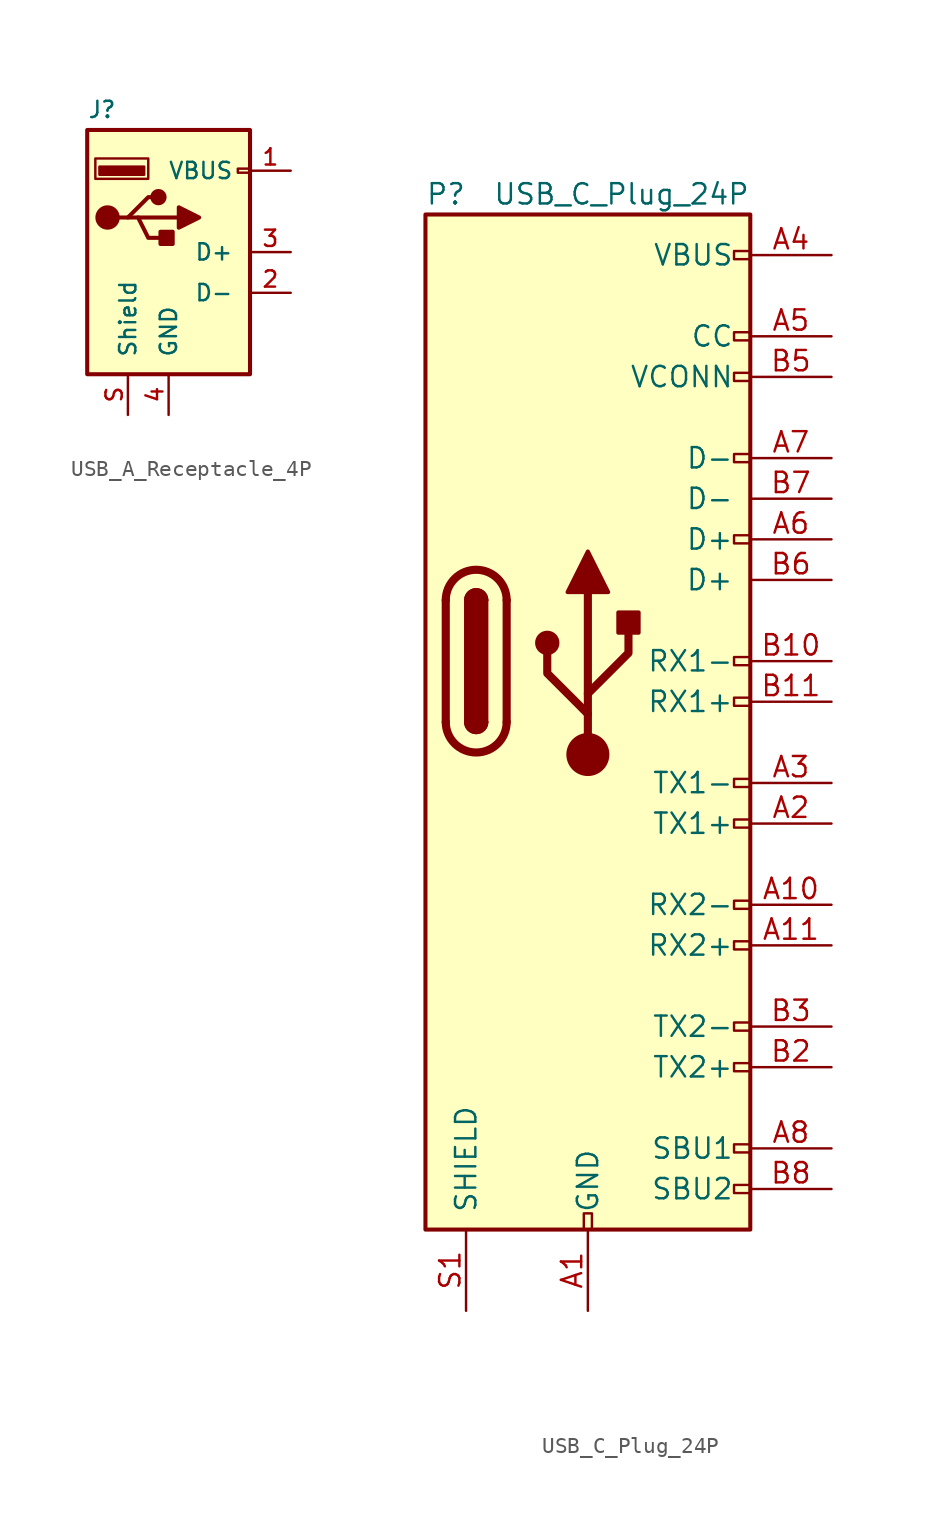
<source format=kicad_sym>
(kicad_symbol_lib
  (version 20211014)
  (generator kicad_symbol_editor)
  (symbol "USB_A_Receptacle_4P"
    (pin_names
      (offset 1.016))
    (property "Reference" "J"
      (at -5.08 8.89 0)
      (effects (font (size 1.016 1.016)) (justify left)))
    (symbol "USB_A_Receptacle_4P_0_1"
      (rectangle (start -5.08 -7.62) (end 5.08 7.62) (stroke (width 0.254) (type default) (color 0 0 0 0)) (fill (type background)))
      (circle (center -3.81 2.159) (radius 0.635) (stroke (width 0.254) (type default) (color 0 0 0 0)) (fill (type outline)))
      (rectangle (start -1.524 4.826) (end -4.318 5.334) (stroke (width 0) (type default) (color 0 0 0 0)) (fill (type outline)))
      (rectangle (start -1.27 4.572) (end -4.572 5.842) (stroke (width 0) (type default) (color 0 0 0 0)) (fill (type none)))
      (circle (center -0.635 3.429) (radius 0.381) (stroke (width 0.254) (type default) (color 0 0 0 0)) (fill (type outline)))
      (polyline (pts (xy -3.175 2.159) (xy -2.54 2.159) (xy -1.27 3.429) (xy -0.635 3.429)) (stroke (width 0.254) (type default) (color 0 0 0 0)) (fill (type none)))
      (polyline (pts (xy -2.54 2.159) (xy -1.905 2.159) (xy -1.27 0.889) (xy 0 0.889)) (stroke (width 0.254) (type default) (color 0 0 0 0)) (fill (type none)))
      (polyline (pts (xy 0.635 2.794) (xy 0.635 1.524) (xy 1.905 2.159) (xy 0.635 2.794)) (stroke (width 0.254) (type default) (color 0 0 0 0)) (fill (type outline)))
      (rectangle (start 0.254 1.27) (end -0.508 0.508) (stroke (width 0.254) (type default) (color 0 0 0 0)) (fill (type outline)))
      (rectangle (start 5.08 4.953) (end 4.318 5.207) (stroke (width 0) (type default) (color 0 0 0 0)) (fill (type none))))
    (symbol "USB_A_Receptacle_4P_1_1"
      (polyline (pts (xy -1.905 2.159) (xy 0.635 2.159)) (stroke (width 0.254) (type default) (color 0 0 0 0)) (fill (type none)))
      (pin power_in line (at 7.62 5.08 180) (length 2.54) (name "VBUS" (effects (font (size 1.016 1.016)))) (number "1" (effects (font (size 1.016 1.016)))))
      (pin passive line (at 7.62 -2.54 180) (length 2.54) (name "D-" (effects (font (size 1.016 1.016)))) (number "2" (effects (font (size 1.016 1.016)))))
      (pin passive line (at 7.62 0 180) (length 2.54) (name "D+" (effects (font (size 1.016 1.016)))) (number "3" (effects (font (size 1.016 1.016)))))
      (pin power_in line (at 0 -10.16 90) (length 2.54) (name "GND" (effects (font (size 1.016 1.016)))) (number "4" (effects (font (size 1.016 1.016)))))
      (pin passive line (at -2.54 -10.16 90) (length 2.54) (name "Shield" (effects (font (size 1.016 1.016)))) (number "S" (effects (font (size 1.016 1.016)))))))
  (symbol "USB_C_Plug_24P"
    (pin_names
      (offset 1.016))
    (property "Reference" "P"
      (at -10.16 29.21 0)
      (effects (font (size 1.27 1.27)) (justify left)))
    (property "Value" "USB_C_Plug_24P"
      (at 10.16 29.21 0)
      (effects (font (size 1.27 1.27)) (justify right)))
    (symbol "USB_C_Plug_24P_0_0"
      (rectangle (start -0.254 -35.56) (end 0.254 -34.544) (stroke (width 0) (type default) (color 0 0 0 0)) (fill (type none)))
      (rectangle (start 10.16 -32.766) (end 9.144 -33.274) (stroke (width 0) (type default) (color 0 0 0 0)) (fill (type none)))
      (rectangle (start 10.16 -30.226) (end 9.144 -30.734) (stroke (width 0) (type default) (color 0 0 0 0)) (fill (type none)))
      (rectangle (start 10.16 -25.146) (end 9.144 -25.654) (stroke (width 0) (type default) (color 0 0 0 0)) (fill (type none)))
      (rectangle (start 10.16 -22.606) (end 9.144 -23.114) (stroke (width 0) (type default) (color 0 0 0 0)) (fill (type none)))
      (rectangle (start 10.16 -17.526) (end 9.144 -18.034) (stroke (width 0) (type default) (color 0 0 0 0)) (fill (type none)))
      (rectangle (start 10.16 -14.986) (end 9.144 -15.494) (stroke (width 0) (type default) (color 0 0 0 0)) (fill (type none)))
      (rectangle (start 10.16 -9.906) (end 9.144 -10.414) (stroke (width 0) (type default) (color 0 0 0 0)) (fill (type none)))
      (rectangle (start 10.16 -7.366) (end 9.144 -7.874) (stroke (width 0) (type default) (color 0 0 0 0)) (fill (type none)))
      (rectangle (start 10.16 -2.286) (end 9.144 -2.794) (stroke (width 0) (type default) (color 0 0 0 0)) (fill (type none)))
      (rectangle (start 10.16 0.254) (end 9.144 -0.254) (stroke (width 0) (type default) (color 0 0 0 0)) (fill (type none)))
      (rectangle (start 10.16 7.874) (end 9.144 7.366) (stroke (width 0) (type default) (color 0 0 0 0)) (fill (type none)))
      (rectangle (start 10.16 12.954) (end 9.144 12.446) (stroke (width 0) (type default) (color 0 0 0 0)) (fill (type none)))
      (rectangle (start 10.16 18.034) (end 9.144 17.526) (stroke (width 0) (type default) (color 0 0 0 0)) (fill (type none)))
      (rectangle (start 10.16 20.574) (end 9.144 20.066) (stroke (width 0) (type default) (color 0 0 0 0)) (fill (type none)))
      (rectangle (start 10.16 25.654) (end 9.144 25.146) (stroke (width 0) (type default) (color 0 0 0 0)) (fill (type none))))
    (symbol "USB_C_Plug_24P_0_1"
      (rectangle (start -10.16 27.94) (end 10.16 -35.56) (stroke (width 0.254) (type default) (color 0 0 0 0)) (fill (type background)))
      (arc (start -8.89 -3.81) (mid -6.985 -5.715) (end -5.08 -3.81) (stroke (width 0.508) (type default) (color 0 0 0 0)) (fill (type none)))
      (arc (start -7.62 -3.81) (mid -6.985 -4.445) (end -6.35 -3.81) (stroke (width 0.254) (type default) (color 0 0 0 0)) (fill (type none)))
      (arc (start -7.62 -3.81) (mid -6.985 -4.445) (end -6.35 -3.81) (stroke (width 0.254) (type default) (color 0 0 0 0)) (fill (type outline)))
      (rectangle (start -7.62 -3.81) (end -6.35 3.81) (stroke (width 0.254) (type default) (color 0 0 0 0)) (fill (type outline)))
      (arc (start -6.35 3.81) (mid -6.985 4.445) (end -7.62 3.81) (stroke (width 0.254) (type default) (color 0 0 0 0)) (fill (type none)))
      (arc (start -6.35 3.81) (mid -6.985 4.445) (end -7.62 3.81) (stroke (width 0.254) (type default) (color 0 0 0 0)) (fill (type outline)))
      (arc (start -5.08 3.81) (mid -6.985 5.715) (end -8.89 3.81) (stroke (width 0.508) (type default) (color 0 0 0 0)) (fill (type none)))
      (polyline (pts (xy -8.89 -3.81) (xy -8.89 3.81)) (stroke (width 0.508) (type default) (color 0 0 0 0)) (fill (type none)))
      (polyline (pts (xy -5.08 3.81) (xy -5.08 -3.81)) (stroke (width 0.508) (type default) (color 0 0 0 0)) (fill (type none))))
    (symbol "USB_C_Plug_24P_1_1"
      (circle (center -2.54 1.143) (radius 0.635) (stroke (width 0.254) (type default) (color 0 0 0 0)) (fill (type outline)))
      (circle (center 0 -5.842) (radius 1.27) (stroke (width 0) (type default) (color 0 0 0 0)) (fill (type outline)))
      (polyline (pts (xy 0 -5.842) (xy 0 4.318)) (stroke (width 0.508) (type default) (color 0 0 0 0)) (fill (type none)))
      (polyline (pts (xy 0 -3.302) (xy -2.54 -0.762) (xy -2.54 0.508)) (stroke (width 0.508) (type default) (color 0 0 0 0)) (fill (type none)))
      (polyline (pts (xy 0 -2.032) (xy 2.54 0.508) (xy 2.54 1.778)) (stroke (width 0.508) (type default) (color 0 0 0 0)) (fill (type none)))
      (polyline (pts (xy -1.27 4.318) (xy 0 6.858) (xy 1.27 4.318) (xy -1.27 4.318)) (stroke (width 0.254) (type default) (color 0 0 0 0)) (fill (type outline)))
      (rectangle (start 1.905 1.778) (end 3.175 3.048) (stroke (width 0.254) (type default) (color 0 0 0 0)) (fill (type outline)))
      (pin passive line (at 0 -40.64 90) (length 5.08) (name "GND" (effects (font (size 1.27 1.27)))) (number "A1" (effects (font (size 1.27 1.27)))))
      (pin bidirectional line (at 15.24 -15.24 180) (length 5.08) (name "RX2-" (effects (font (size 1.27 1.27)))) (number "A10" (effects (font (size 1.27 1.27)))))
      (pin bidirectional line (at 15.24 -17.78 180) (length 5.08) (name "RX2+" (effects (font (size 1.27 1.27)))) (number "A11" (effects (font (size 1.27 1.27)))))
      (pin passive line (at 0 -40.64 90) (length 5.08) hide (name "GND" (effects (font (size 1.27 1.27)))) (number "A12" (effects (font (size 1.27 1.27)))))
      (pin bidirectional line (at 15.24 -10.16 180) (length 5.08) (name "TX1+" (effects (font (size 1.27 1.27)))) (number "A2" (effects (font (size 1.27 1.27)))))
      (pin bidirectional line (at 15.24 -7.62 180) (length 5.08) (name "TX1-" (effects (font (size 1.27 1.27)))) (number "A3" (effects (font (size 1.27 1.27)))))
      (pin passive line (at 15.24 25.4 180) (length 5.08) (name "VBUS" (effects (font (size 1.27 1.27)))) (number "A4" (effects (font (size 1.27 1.27)))))
      (pin bidirectional line (at 15.24 20.32 180) (length 5.08) (name "CC" (effects (font (size 1.27 1.27)))) (number "A5" (effects (font (size 1.27 1.27)))))
      (pin bidirectional line (at 15.24 7.62 180) (length 5.08) (name "D+" (effects (font (size 1.27 1.27)))) (number "A6" (effects (font (size 1.27 1.27)))))
      (pin bidirectional line (at 15.24 12.7 180) (length 5.08) (name "D-" (effects (font (size 1.27 1.27)))) (number "A7" (effects (font (size 1.27 1.27)))))
      (pin bidirectional line (at 15.24 -30.48 180) (length 5.08) (name "SBU1" (effects (font (size 1.27 1.27)))) (number "A8" (effects (font (size 1.27 1.27)))))
      (pin passive line (at 15.24 25.4 180) (length 5.08) hide (name "VBUS" (effects (font (size 1.27 1.27)))) (number "A9" (effects (font (size 1.27 1.27)))))
      (pin passive line (at 0 -40.64 90) (length 5.08) hide (name "GND" (effects (font (size 1.27 1.27)))) (number "B1" (effects (font (size 1.27 1.27)))))
      (pin bidirectional line (at 15.24 0 180) (length 5.08) (name "RX1-" (effects (font (size 1.27 1.27)))) (number "B10" (effects (font (size 1.27 1.27)))))
      (pin bidirectional line (at 15.24 -2.54 180) (length 5.08) (name "RX1+" (effects (font (size 1.27 1.27)))) (number "B11" (effects (font (size 1.27 1.27)))))
      (pin passive line (at 0 -40.64 90) (length 5.08) hide (name "GND" (effects (font (size 1.27 1.27)))) (number "B12" (effects (font (size 1.27 1.27)))))
      (pin bidirectional line (at 15.24 -25.4 180) (length 5.08) (name "TX2+" (effects (font (size 1.27 1.27)))) (number "B2" (effects (font (size 1.27 1.27)))))
      (pin bidirectional line (at 15.24 -22.86 180) (length 5.08) (name "TX2-" (effects (font (size 1.27 1.27)))) (number "B3" (effects (font (size 1.27 1.27)))))
      (pin passive line (at 15.24 25.4 180) (length 5.08) hide (name "VBUS" (effects (font (size 1.27 1.27)))) (number "B4" (effects (font (size 1.27 1.27)))))
      (pin bidirectional line (at 15.24 17.78 180) (length 5.08) (name "VCONN" (effects (font (size 1.27 1.27)))) (number "B5" (effects (font (size 1.27 1.27)))))
      (pin bidirectional line (at 15.24 5.08 180) (length 5.08) (name "D+" (effects (font (size 1.27 1.27)))) (number "B6" (effects (font (size 1.27 1.27)))))
      (pin bidirectional line (at 15.24 10.16 180) (length 5.08) (name "D-" (effects (font (size 1.27 1.27)))) (number "B7" (effects (font (size 1.27 1.27)))))
      (pin bidirectional line (at 15.24 -33.02 180) (length 5.08) (name "SBU2" (effects (font (size 1.27 1.27)))) (number "B8" (effects (font (size 1.27 1.27)))))
      (pin passive line (at 15.24 25.4 180) (length 5.08) hide (name "VBUS" (effects (font (size 1.27 1.27)))) (number "B9" (effects (font (size 1.27 1.27)))))
      (pin passive line (at -7.62 -40.64 90) (length 5.08) (name "SHIELD" (effects (font (size 1.27 1.27)))) (number "S1" (effects (font (size 1.27 1.27)))))
      (pin passive line (at -7.62 -40.64 90) (length 5.08) hide (name "SHIELD" (effects (font (size 1.27 1.27)))) (number "S2" (effects (font (size 1.27 1.27))))))))
</source>
